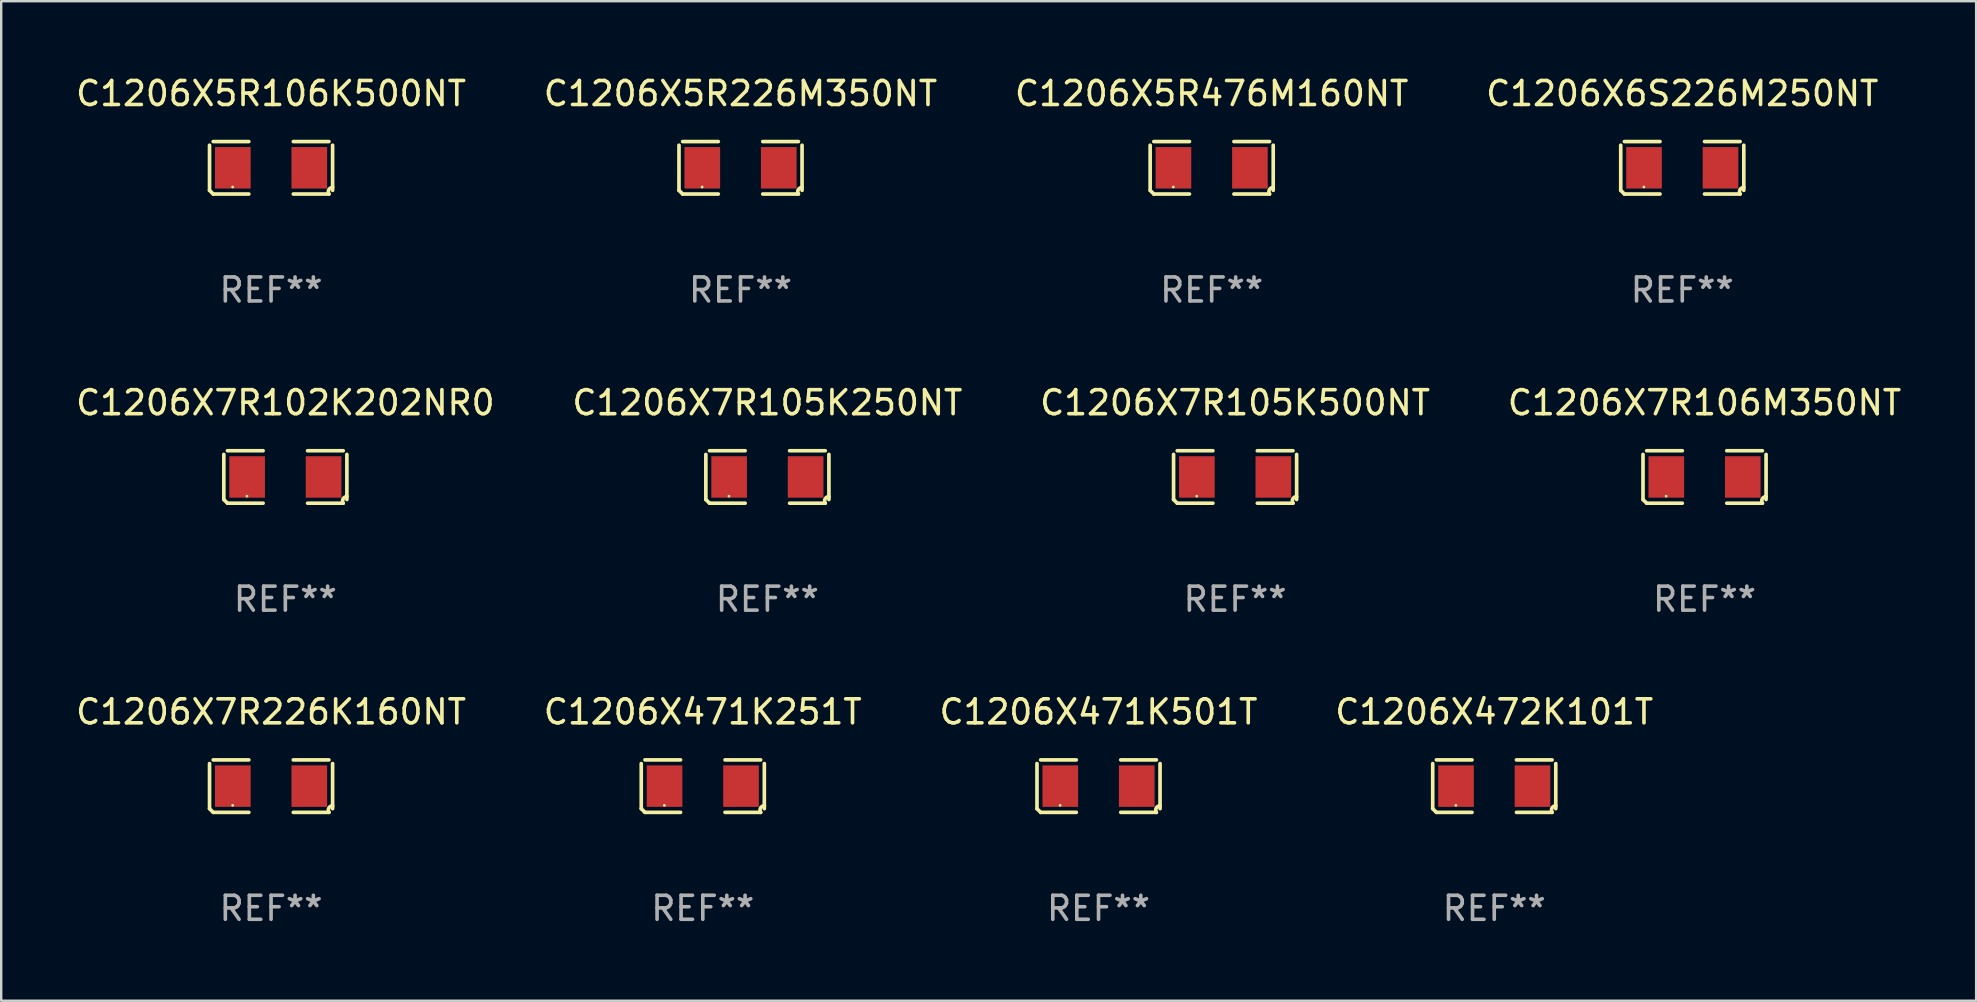
<source format=kicad_pcb>
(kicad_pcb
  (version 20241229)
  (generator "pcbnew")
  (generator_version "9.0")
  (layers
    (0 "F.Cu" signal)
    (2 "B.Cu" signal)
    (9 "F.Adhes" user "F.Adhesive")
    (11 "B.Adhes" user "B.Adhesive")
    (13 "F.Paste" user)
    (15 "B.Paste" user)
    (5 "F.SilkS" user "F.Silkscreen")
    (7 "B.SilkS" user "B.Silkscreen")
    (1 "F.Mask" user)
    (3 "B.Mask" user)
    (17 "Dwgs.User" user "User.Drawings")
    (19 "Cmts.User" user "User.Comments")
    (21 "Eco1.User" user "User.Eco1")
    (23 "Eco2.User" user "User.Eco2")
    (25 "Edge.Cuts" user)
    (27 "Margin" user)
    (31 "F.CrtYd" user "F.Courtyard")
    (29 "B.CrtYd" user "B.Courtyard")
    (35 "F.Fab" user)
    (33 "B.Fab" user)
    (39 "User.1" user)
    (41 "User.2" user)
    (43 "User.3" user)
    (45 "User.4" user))
  (footprint "C1206X7R105K250NT"
    (layer "F.Cu")
    (at 28.923 16.823)
    (property "Reference" "C1206X7R105K250NT" (at 0 -3.093 0) (layer "F.SilkS") (effects (font (size 1 1) (thickness 0.15))))
    (attr through_hole)
    (fp_line (start -2.564 0.94) (end -2.564 -0.94) (stroke (width 0.152) (type solid)) (layer "F.SilkS"))
    (fp_line (start -2.411 -1.093) (end -0.926 -1.093) (stroke (width 0.152) (type solid)) (layer "F.SilkS"))
    (fp_line (start -0.926 1.093) (end -2.411 1.093) (stroke (width 0.152) (type solid)) (layer "F.SilkS"))
    (fp_line (start 0.926 1.093) (end 2.411 1.093) (stroke (width 0.152) (type solid)) (layer "F.SilkS"))
    (fp_line (start 2.411 -1.093) (end 0.926 -1.093) (stroke (width 0.152) (type solid)) (layer "F.SilkS"))
    (fp_line (start 2.564 0.94) (end 2.564 -0.94) (stroke (width 0.152) (type solid)) (layer "F.SilkS"))
    (fp_arc (start -2.411201 1.092609) (mid -2.487413 1.01642) (end -2.563602 0.940208) (stroke (width 0.1524) (type solid)) (layer "F.SilkS"))
    (fp_arc (start 2.411201 1.092609) (mid 2.407159 0.911226) (end 2.563602 0.819347) (stroke (width 0.1524) (type solid)) (layer "F.SilkS"))
    (fp_circle (center -1.6 0.8) (end -1.57 0.8) (stroke (width 0.06) (type solid)) (fill no) (layer "F.SilkS"))
    (fp_text user "REF**" (at 0 5.093 0) (layer "F.Fab") (effects (font (size 1 1) (thickness 0.15))))
    (pad "1" smd rect (at -1.593 0) (size 1.485 1.728) (layers "F.Cu" "F.Mask" "F.Paste"))
    (pad "2" smd rect (at 1.593 0) (size 1.485 1.728) (layers "F.Cu" "F.Mask" "F.Paste")))
  (footprint "C1206X5R106K500NT"
    (layer "F.Cu")
    (at 8.244 3.941)
    (property "Reference" "C1206X5R106K500NT" (at 0 -3.093 0) (layer "F.SilkS") (effects (font (size 1 1) (thickness 0.15))))
    (attr through_hole)
    (fp_line (start -2.564 0.94) (end -2.564 -0.94) (stroke (width 0.152) (type solid)) (layer "F.SilkS"))
    (fp_line (start -2.411 -1.093) (end -0.926 -1.093) (stroke (width 0.152) (type solid)) (layer "F.SilkS"))
    (fp_line (start -0.926 1.093) (end -2.411 1.093) (stroke (width 0.152) (type solid)) (layer "F.SilkS"))
    (fp_line (start 0.926 1.093) (end 2.411 1.093) (stroke (width 0.152) (type solid)) (layer "F.SilkS"))
    (fp_line (start 2.411 -1.093) (end 0.926 -1.093) (stroke (width 0.152) (type solid)) (layer "F.SilkS"))
    (fp_line (start 2.564 0.94) (end 2.564 -0.94) (stroke (width 0.152) (type solid)) (layer "F.SilkS"))
    (fp_arc (start -2.411201 1.092609) (mid -2.487413 1.01642) (end -2.563602 0.940208) (stroke (width 0.1524) (type solid)) (layer "F.SilkS"))
    (fp_arc (start 2.411201 1.092609) (mid 2.407159 0.911226) (end 2.563602 0.819347) (stroke (width 0.1524) (type solid)) (layer "F.SilkS"))
    (fp_circle (center -1.6 0.8) (end -1.57 0.8) (stroke (width 0.06) (type solid)) (fill no) (layer "F.SilkS"))
    (fp_text user "REF**" (at 0 5.093 0) (layer "F.Fab") (effects (font (size 1 1) (thickness 0.15))))
    (pad "1" smd rect (at -1.593 0) (size 1.485 1.728) (layers "F.Cu" "F.Mask" "F.Paste"))
    (pad "2" smd rect (at 1.593 0) (size 1.485 1.728) (layers "F.Cu" "F.Mask" "F.Paste")))
  (footprint "C1206X5R226M350NT"
    (layer "F.Cu")
    (at 27.804 3.941)
    (property "Reference" "C1206X5R226M350NT" (at 0 -3.093 0) (layer "F.SilkS") (effects (font (size 1 1) (thickness 0.15))))
    (attr through_hole)
    (fp_line (start -2.564 0.94) (end -2.564 -0.94) (stroke (width 0.152) (type solid)) (layer "F.SilkS"))
    (fp_line (start -2.411 -1.093) (end -0.926 -1.093) (stroke (width 0.152) (type solid)) (layer "F.SilkS"))
    (fp_line (start -0.926 1.093) (end -2.411 1.093) (stroke (width 0.152) (type solid)) (layer "F.SilkS"))
    (fp_line (start 0.926 1.093) (end 2.411 1.093) (stroke (width 0.152) (type solid)) (layer "F.SilkS"))
    (fp_line (start 2.411 -1.093) (end 0.926 -1.093) (stroke (width 0.152) (type solid)) (layer "F.SilkS"))
    (fp_line (start 2.564 0.94) (end 2.564 -0.94) (stroke (width 0.152) (type solid)) (layer "F.SilkS"))
    (fp_arc (start -2.411201 1.092609) (mid -2.487413 1.01642) (end -2.563602 0.940208) (stroke (width 0.1524) (type solid)) (layer "F.SilkS"))
    (fp_arc (start 2.411201 1.092609) (mid 2.407159 0.911226) (end 2.563602 0.819347) (stroke (width 0.1524) (type solid)) (layer "F.SilkS"))
    (fp_circle (center -1.6 0.8) (end -1.57 0.8) (stroke (width 0.06) (type solid)) (fill no) (layer "F.SilkS"))
    (fp_text user "REF**" (at 0 5.093 0) (layer "F.Fab") (effects (font (size 1 1) (thickness 0.15))))
    (pad "1" smd rect (at -1.593 0) (size 1.485 1.728) (layers "F.Cu" "F.Mask" "F.Paste"))
    (pad "2" smd rect (at 1.593 0) (size 1.485 1.728) (layers "F.Cu" "F.Mask" "F.Paste")))
  (footprint "C1206X6S226M250NT"
    (layer "F.Cu")
    (at 67.042 3.941)
    (property "Reference" "C1206X6S226M250NT" (at 0 -3.093 0) (layer "F.SilkS") (effects (font (size 1 1) (thickness 0.15))))
    (attr through_hole)
    (fp_line (start -2.564 0.94) (end -2.564 -0.94) (stroke (width 0.152) (type solid)) (layer "F.SilkS"))
    (fp_line (start -2.411 -1.093) (end -0.926 -1.093) (stroke (width 0.152) (type solid)) (layer "F.SilkS"))
    (fp_line (start -0.926 1.093) (end -2.411 1.093) (stroke (width 0.152) (type solid)) (layer "F.SilkS"))
    (fp_line (start 0.926 1.093) (end 2.411 1.093) (stroke (width 0.152) (type solid)) (layer "F.SilkS"))
    (fp_line (start 2.411 -1.093) (end 0.926 -1.093) (stroke (width 0.152) (type solid)) (layer "F.SilkS"))
    (fp_line (start 2.564 0.94) (end 2.564 -0.94) (stroke (width 0.152) (type solid)) (layer "F.SilkS"))
    (fp_arc (start -2.411201 1.092609) (mid -2.487413 1.01642) (end -2.563602 0.940208) (stroke (width 0.1524) (type solid)) (layer "F.SilkS"))
    (fp_arc (start 2.411201 1.092609) (mid 2.407159 0.911226) (end 2.563602 0.819347) (stroke (width 0.1524) (type solid)) (layer "F.SilkS"))
    (fp_circle (center -1.6 0.8) (end -1.57 0.8) (stroke (width 0.06) (type solid)) (fill no) (layer "F.SilkS"))
    (fp_text user "REF**" (at 0 5.093 0) (layer "F.Fab") (effects (font (size 1 1) (thickness 0.15))))
    (pad "1" smd rect (at -1.593 0) (size 1.485 1.728) (layers "F.Cu" "F.Mask" "F.Paste"))
    (pad "2" smd rect (at 1.593 0) (size 1.485 1.728) (layers "F.Cu" "F.Mask" "F.Paste")))
  (footprint "C1206X471K251T"
    (layer "F.Cu")
    (at 26.232 29.704)
    (property "Reference" "C1206X471K251T" (at 0 -3.093 0) (layer "F.SilkS") (effects (font (size 1 1) (thickness 0.15))))
    (attr through_hole)
    (fp_line (start -2.564 0.94) (end -2.564 -0.94) (stroke (width 0.152) (type solid)) (layer "F.SilkS"))
    (fp_line (start -2.411 -1.093) (end -0.926 -1.093) (stroke (width 0.152) (type solid)) (layer "F.SilkS"))
    (fp_line (start -0.926 1.093) (end -2.411 1.093) (stroke (width 0.152) (type solid)) (layer "F.SilkS"))
    (fp_line (start 0.926 1.093) (end 2.411 1.093) (stroke (width 0.152) (type solid)) (layer "F.SilkS"))
    (fp_line (start 2.411 -1.093) (end 0.926 -1.093) (stroke (width 0.152) (type solid)) (layer "F.SilkS"))
    (fp_line (start 2.564 0.94) (end 2.564 -0.94) (stroke (width 0.152) (type solid)) (layer "F.SilkS"))
    (fp_arc (start -2.411201 1.092609) (mid -2.487413 1.01642) (end -2.563602 0.940208) (stroke (width 0.1524) (type solid)) (layer "F.SilkS"))
    (fp_arc (start 2.411201 1.092609) (mid 2.407159 0.911226) (end 2.563602 0.819347) (stroke (width 0.1524) (type solid)) (layer "F.SilkS"))
    (fp_circle (center -1.6 0.8) (end -1.57 0.8) (stroke (width 0.06) (type solid)) (fill no) (layer "F.SilkS"))
    (fp_text user "REF**" (at 0 5.093 0) (layer "F.Fab") (effects (font (size 1 1) (thickness 0.15))))
    (pad "1" smd rect (at -1.593 0) (size 1.485 1.728) (layers "F.Cu" "F.Mask" "F.Paste"))
    (pad "2" smd rect (at 1.593 0) (size 1.485 1.728) (layers "F.Cu" "F.Mask" "F.Paste")))
  (footprint "C1206X7R226K160NT"
    (layer "F.Cu")
    (at 8.244 29.704)
    (property "Reference" "C1206X7R226K160NT" (at 0 -3.093 0) (layer "F.SilkS") (effects (font (size 1 1) (thickness 0.15))))
    (attr through_hole)
    (fp_line (start -2.564 0.94) (end -2.564 -0.94) (stroke (width 0.152) (type solid)) (layer "F.SilkS"))
    (fp_line (start -2.411 -1.093) (end -0.926 -1.093) (stroke (width 0.152) (type solid)) (layer "F.SilkS"))
    (fp_line (start -0.926 1.093) (end -2.411 1.093) (stroke (width 0.152) (type solid)) (layer "F.SilkS"))
    (fp_line (start 0.926 1.093) (end 2.411 1.093) (stroke (width 0.152) (type solid)) (layer "F.SilkS"))
    (fp_line (start 2.411 -1.093) (end 0.926 -1.093) (stroke (width 0.152) (type solid)) (layer "F.SilkS"))
    (fp_line (start 2.564 0.94) (end 2.564 -0.94) (stroke (width 0.152) (type solid)) (layer "F.SilkS"))
    (fp_arc (start -2.411201 1.092609) (mid -2.487413 1.01642) (end -2.563602 0.940208) (stroke (width 0.1524) (type solid)) (layer "F.SilkS"))
    (fp_arc (start 2.411201 1.092609) (mid 2.407159 0.911226) (end 2.563602 0.819347) (stroke (width 0.1524) (type solid)) (layer "F.SilkS"))
    (fp_circle (center -1.6 0.8) (end -1.57 0.8) (stroke (width 0.06) (type solid)) (fill no) (layer "F.SilkS"))
    (fp_text user "REF**" (at 0 5.093 0) (layer "F.Fab") (effects (font (size 1 1) (thickness 0.15))))
    (pad "1" smd rect (at -1.593 0) (size 1.485 1.728) (layers "F.Cu" "F.Mask" "F.Paste"))
    (pad "2" smd rect (at 1.593 0) (size 1.485 1.728) (layers "F.Cu" "F.Mask" "F.Paste")))
  (footprint "C1206X471K501T"
    (layer "F.Cu")
    (at 42.72 29.704)
    (property "Reference" "C1206X471K501T" (at 0 -3.093 0) (layer "F.SilkS") (effects (font (size 1 1) (thickness 0.15))))
    (attr through_hole)
    (fp_line (start -2.564 0.94) (end -2.564 -0.94) (stroke (width 0.152) (type solid)) (layer "F.SilkS"))
    (fp_line (start -2.411 -1.093) (end -0.926 -1.093) (stroke (width 0.152) (type solid)) (layer "F.SilkS"))
    (fp_line (start -0.926 1.093) (end -2.411 1.093) (stroke (width 0.152) (type solid)) (layer "F.SilkS"))
    (fp_line (start 0.926 1.093) (end 2.411 1.093) (stroke (width 0.152) (type solid)) (layer "F.SilkS"))
    (fp_line (start 2.411 -1.093) (end 0.926 -1.093) (stroke (width 0.152) (type solid)) (layer "F.SilkS"))
    (fp_line (start 2.564 0.94) (end 2.564 -0.94) (stroke (width 0.152) (type solid)) (layer "F.SilkS"))
    (fp_arc (start -2.411201 1.092609) (mid -2.487413 1.01642) (end -2.563602 0.940208) (stroke (width 0.1524) (type solid)) (layer "F.SilkS"))
    (fp_arc (start 2.411201 1.092609) (mid 2.407159 0.911226) (end 2.563602 0.819347) (stroke (width 0.1524) (type solid)) (layer "F.SilkS"))
    (fp_circle (center -1.6 0.8) (end -1.57 0.8) (stroke (width 0.06) (type solid)) (fill no) (layer "F.SilkS"))
    (fp_text user "REF**" (at 0 5.093 0) (layer "F.Fab") (effects (font (size 1 1) (thickness 0.15))))
    (pad "1" smd rect (at -1.593 0) (size 1.485 1.728) (layers "F.Cu" "F.Mask" "F.Paste"))
    (pad "2" smd rect (at 1.593 0) (size 1.485 1.728) (layers "F.Cu" "F.Mask" "F.Paste")))
  (footprint "C1206X7R106M350NT"
    (layer "F.Cu")
    (at 67.97 16.823)
    (property "Reference" "C1206X7R106M350NT" (at 0 -3.093 0) (layer "F.SilkS") (effects (font (size 1 1) (thickness 0.15))))
    (attr through_hole)
    (fp_line (start -2.564 0.94) (end -2.564 -0.94) (stroke (width 0.152) (type solid)) (layer "F.SilkS"))
    (fp_line (start -2.411 -1.093) (end -0.926 -1.093) (stroke (width 0.152) (type solid)) (layer "F.SilkS"))
    (fp_line (start -0.926 1.093) (end -2.411 1.093) (stroke (width 0.152) (type solid)) (layer "F.SilkS"))
    (fp_line (start 0.926 1.093) (end 2.411 1.093) (stroke (width 0.152) (type solid)) (layer "F.SilkS"))
    (fp_line (start 2.411 -1.093) (end 0.926 -1.093) (stroke (width 0.152) (type solid)) (layer "F.SilkS"))
    (fp_line (start 2.564 0.94) (end 2.564 -0.94) (stroke (width 0.152) (type solid)) (layer "F.SilkS"))
    (fp_arc (start -2.411201 1.092609) (mid -2.487413 1.01642) (end -2.563602 0.940208) (stroke (width 0.1524) (type solid)) (layer "F.SilkS"))
    (fp_arc (start 2.411201 1.092609) (mid 2.407159 0.911226) (end 2.563602 0.819347) (stroke (width 0.1524) (type solid)) (layer "F.SilkS"))
    (fp_circle (center -1.6 0.8) (end -1.57 0.8) (stroke (width 0.06) (type solid)) (fill no) (layer "F.SilkS"))
    (fp_text user "REF**" (at 0 5.093 0) (layer "F.Fab") (effects (font (size 1 1) (thickness 0.15))))
    (pad "1" smd rect (at -1.593 0) (size 1.485 1.728) (layers "F.Cu" "F.Mask" "F.Paste"))
    (pad "2" smd rect (at 1.593 0) (size 1.485 1.728) (layers "F.Cu" "F.Mask" "F.Paste")))
  (footprint "C1206X7R105K500NT"
    (layer "F.Cu")
    (at 48.411 16.823)
    (property "Reference" "C1206X7R105K500NT" (at 0 -3.093 0) (layer "F.SilkS") (effects (font (size 1 1) (thickness 0.15))))
    (attr through_hole)
    (fp_line (start -2.564 0.94) (end -2.564 -0.94) (stroke (width 0.152) (type solid)) (layer "F.SilkS"))
    (fp_line (start -2.411 -1.093) (end -0.926 -1.093) (stroke (width 0.152) (type solid)) (layer "F.SilkS"))
    (fp_line (start -0.926 1.093) (end -2.411 1.093) (stroke (width 0.152) (type solid)) (layer "F.SilkS"))
    (fp_line (start 0.926 1.093) (end 2.411 1.093) (stroke (width 0.152) (type solid)) (layer "F.SilkS"))
    (fp_line (start 2.411 -1.093) (end 0.926 -1.093) (stroke (width 0.152) (type solid)) (layer "F.SilkS"))
    (fp_line (start 2.564 0.94) (end 2.564 -0.94) (stroke (width 0.152) (type solid)) (layer "F.SilkS"))
    (fp_arc (start -2.411201 1.092609) (mid -2.487413 1.01642) (end -2.563602 0.940208) (stroke (width 0.1524) (type solid)) (layer "F.SilkS"))
    (fp_arc (start 2.411201 1.092609) (mid 2.407159 0.911226) (end 2.563602 0.819347) (stroke (width 0.1524) (type solid)) (layer "F.SilkS"))
    (fp_circle (center -1.6 0.8) (end -1.57 0.8) (stroke (width 0.06) (type solid)) (fill no) (layer "F.SilkS"))
    (fp_text user "REF**" (at 0 5.093 0) (layer "F.Fab") (effects (font (size 1 1) (thickness 0.15))))
    (pad "1" smd rect (at -1.593 0) (size 1.485 1.728) (layers "F.Cu" "F.Mask" "F.Paste"))
    (pad "2" smd rect (at 1.593 0) (size 1.485 1.728) (layers "F.Cu" "F.Mask" "F.Paste")))
  (footprint "C1206X5R476M160NT"
    (layer "F.Cu")
    (at 47.435 3.941)
    (property "Reference" "C1206X5R476M160NT" (at 0 -3.093 0) (layer "F.SilkS") (effects (font (size 1 1) (thickness 0.15))))
    (attr through_hole)
    (fp_line (start -2.564 0.94) (end -2.564 -0.94) (stroke (width 0.152) (type solid)) (layer "F.SilkS"))
    (fp_line (start -2.411 -1.093) (end -0.926 -1.093) (stroke (width 0.152) (type solid)) (layer "F.SilkS"))
    (fp_line (start -0.926 1.093) (end -2.411 1.093) (stroke (width 0.152) (type solid)) (layer "F.SilkS"))
    (fp_line (start 0.926 1.093) (end 2.411 1.093) (stroke (width 0.152) (type solid)) (layer "F.SilkS"))
    (fp_line (start 2.411 -1.093) (end 0.926 -1.093) (stroke (width 0.152) (type solid)) (layer "F.SilkS"))
    (fp_line (start 2.564 0.94) (end 2.564 -0.94) (stroke (width 0.152) (type solid)) (layer "F.SilkS"))
    (fp_arc (start -2.411201 1.092609) (mid -2.487413 1.01642) (end -2.563602 0.940208) (stroke (width 0.1524) (type solid)) (layer "F.SilkS"))
    (fp_arc (start 2.411201 1.092609) (mid 2.407159 0.911226) (end 2.563602 0.819347) (stroke (width 0.1524) (type solid)) (layer "F.SilkS"))
    (fp_circle (center -1.6 0.8) (end -1.57 0.8) (stroke (width 0.06) (type solid)) (fill no) (layer "F.SilkS"))
    (fp_text user "REF**" (at 0 5.093 0) (layer "F.Fab") (effects (font (size 1 1) (thickness 0.15))))
    (pad "1" smd rect (at -1.593 0) (size 1.485 1.728) (layers "F.Cu" "F.Mask" "F.Paste"))
    (pad "2" smd rect (at 1.593 0) (size 1.485 1.728) (layers "F.Cu" "F.Mask" "F.Paste")))
  (footprint "C1206X472K101T"
    (layer "F.Cu")
    (at 59.208 29.704)
    (property "Reference" "C1206X472K101T" (at 0 -3.093 0) (layer "F.SilkS") (effects (font (size 1 1) (thickness 0.15))))
    (attr through_hole)
    (fp_line (start -2.564 0.94) (end -2.564 -0.94) (stroke (width 0.152) (type solid)) (layer "F.SilkS"))
    (fp_line (start -2.411 -1.093) (end -0.926 -1.093) (stroke (width 0.152) (type solid)) (layer "F.SilkS"))
    (fp_line (start -0.926 1.093) (end -2.411 1.093) (stroke (width 0.152) (type solid)) (layer "F.SilkS"))
    (fp_line (start 0.926 1.093) (end 2.411 1.093) (stroke (width 0.152) (type solid)) (layer "F.SilkS"))
    (fp_line (start 2.411 -1.093) (end 0.926 -1.093) (stroke (width 0.152) (type solid)) (layer "F.SilkS"))
    (fp_line (start 2.564 0.94) (end 2.564 -0.94) (stroke (width 0.152) (type solid)) (layer "F.SilkS"))
    (fp_arc (start -2.411201 1.092609) (mid -2.487413 1.01642) (end -2.563602 0.940208) (stroke (width 0.1524) (type solid)) (layer "F.SilkS"))
    (fp_arc (start 2.411201 1.092609) (mid 2.407159 0.911226) (end 2.563602 0.819347) (stroke (width 0.1524) (type solid)) (layer "F.SilkS"))
    (fp_circle (center -1.6 0.8) (end -1.57 0.8) (stroke (width 0.06) (type solid)) (fill no) (layer "F.SilkS"))
    (fp_text user "REF**" (at 0 5.093 0) (layer "F.Fab") (effects (font (size 1 1) (thickness 0.15))))
    (pad "1" smd rect (at -1.593 0) (size 1.485 1.728) (layers "F.Cu" "F.Mask" "F.Paste"))
    (pad "2" smd rect (at 1.593 0) (size 1.485 1.728) (layers "F.Cu" "F.Mask" "F.Paste")))
  (footprint "C1206X7R102K202NR0"
    (layer "F.Cu")
    (at 8.839 16.823)
    (property "Reference" "C1206X7R102K202NR0" (at 0 -3.093 0) (layer "F.SilkS") (effects (font (size 1 1) (thickness 0.15))))
    (attr through_hole)
    (fp_line (start -2.564 0.94) (end -2.564 -0.94) (stroke (width 0.152) (type solid)) (layer "F.SilkS"))
    (fp_line (start -2.411 -1.093) (end -0.926 -1.093) (stroke (width 0.152) (type solid)) (layer "F.SilkS"))
    (fp_line (start -0.926 1.093) (end -2.411 1.093) (stroke (width 0.152) (type solid)) (layer "F.SilkS"))
    (fp_line (start 0.926 1.093) (end 2.411 1.093) (stroke (width 0.152) (type solid)) (layer "F.SilkS"))
    (fp_line (start 2.411 -1.093) (end 0.926 -1.093) (stroke (width 0.152) (type solid)) (layer "F.SilkS"))
    (fp_line (start 2.564 0.94) (end 2.564 -0.94) (stroke (width 0.152) (type solid)) (layer "F.SilkS"))
    (fp_arc (start -2.411201 1.092609) (mid -2.487413 1.01642) (end -2.563602 0.940208) (stroke (width 0.1524) (type solid)) (layer "F.SilkS"))
    (fp_arc (start 2.411201 1.092609) (mid 2.407159 0.911226) (end 2.563602 0.819347) (stroke (width 0.1524) (type solid)) (layer "F.SilkS"))
    (fp_circle (center -1.6 0.8) (end -1.57 0.8) (stroke (width 0.06) (type solid)) (fill no) (layer "F.SilkS"))
    (fp_text user "REF**" (at 0 5.093 0) (layer "F.Fab") (effects (font (size 1 1) (thickness 0.15))))
    (pad "1" smd rect (at -1.593 0) (size 1.485 1.728) (layers "F.Cu" "F.Mask" "F.Paste"))
    (pad "2" smd rect (at 1.593 0) (size 1.485 1.728) (layers "F.Cu" "F.Mask" "F.Paste")))
  (gr_rect
    (start -3 -3)
    (end 79.286 38.645)
    (stroke (width 0.1) (type default))
    (fill no)
    (layer "Edge.Cuts")))
</source>
